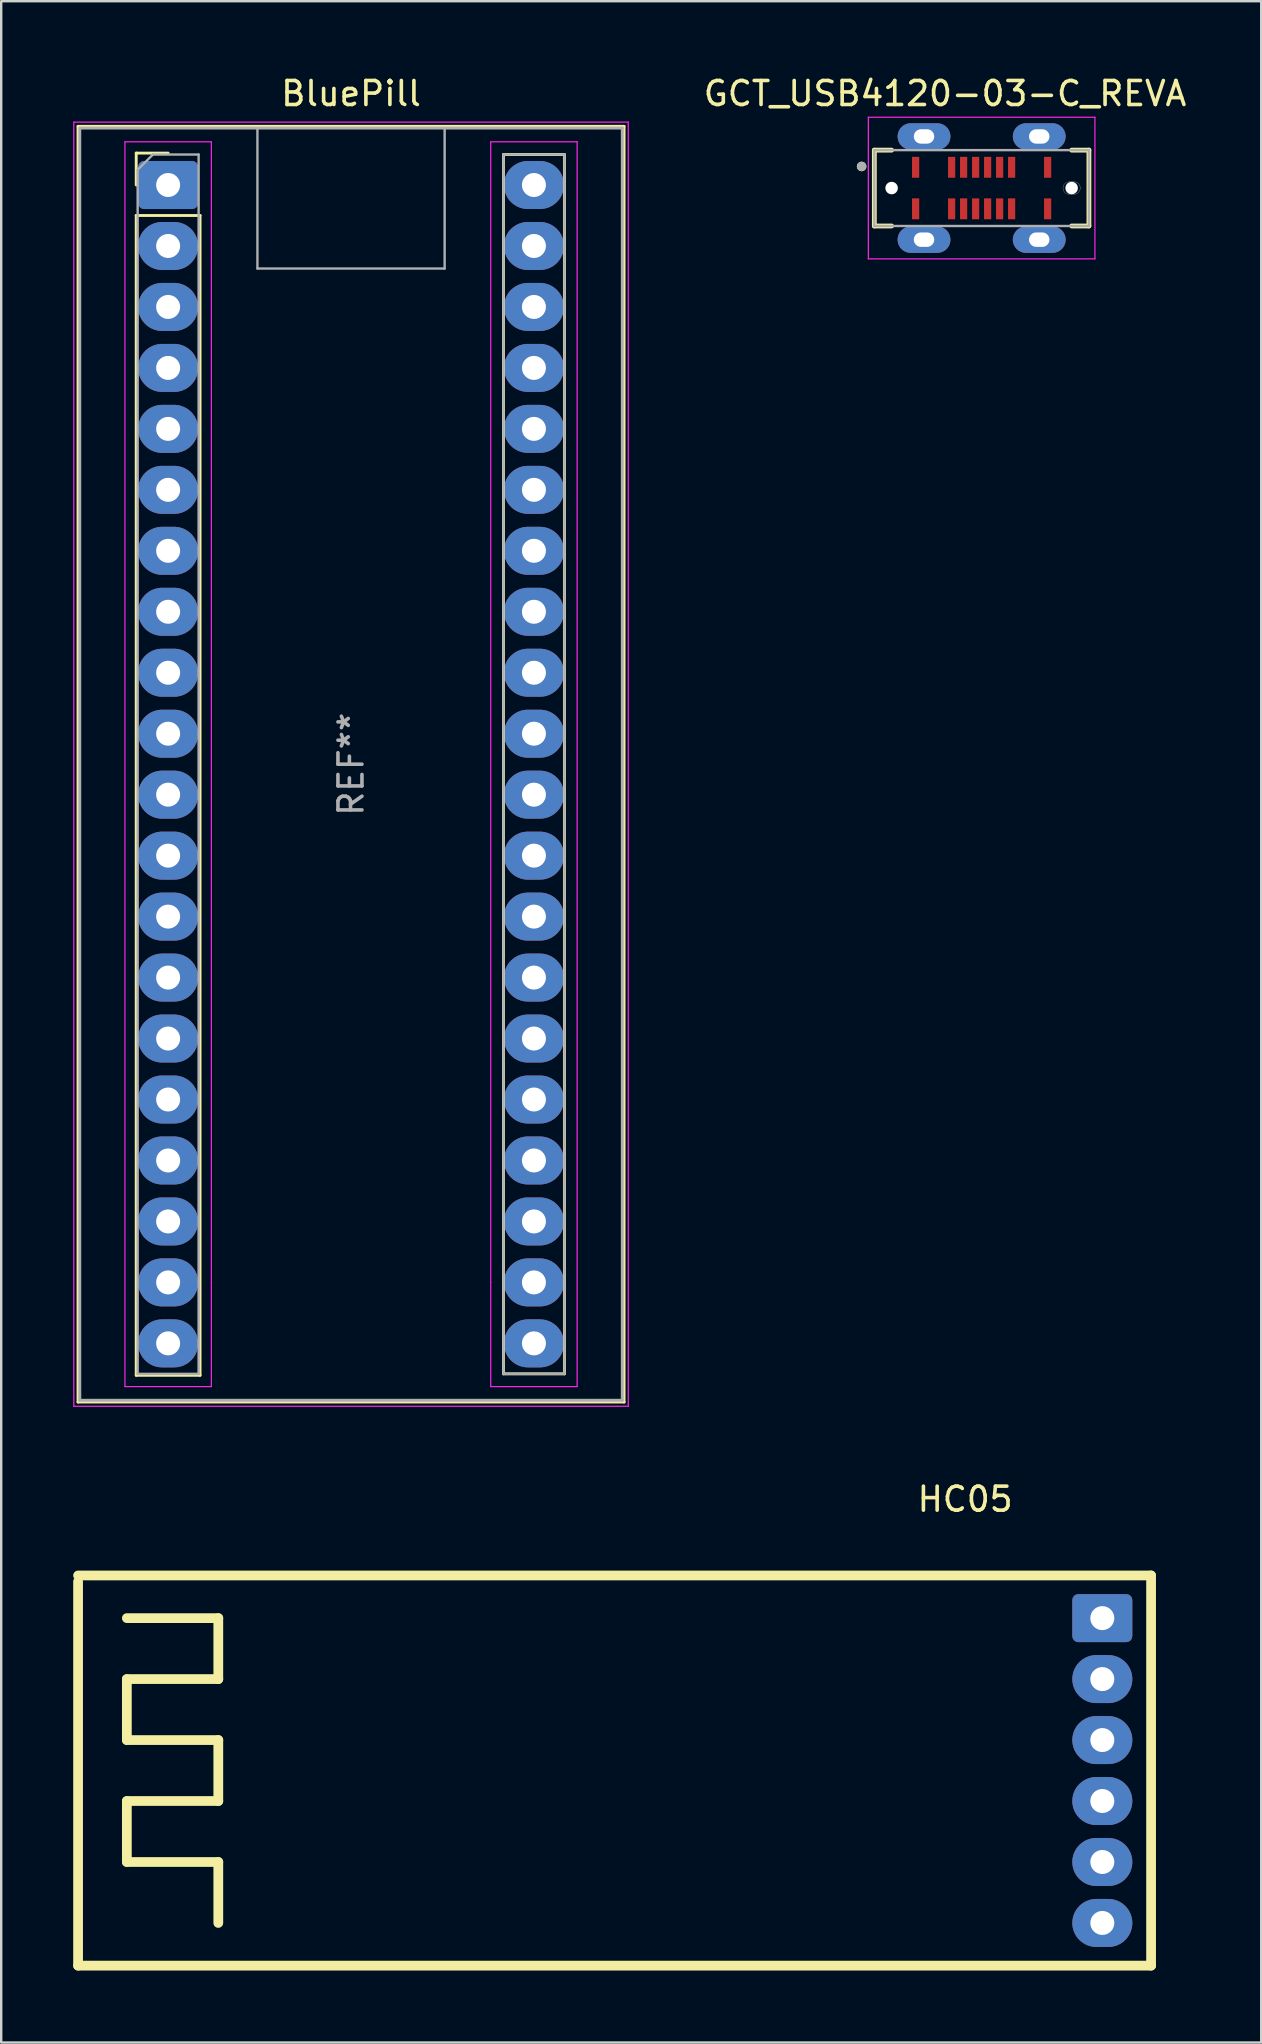
<source format=kicad_pcb>
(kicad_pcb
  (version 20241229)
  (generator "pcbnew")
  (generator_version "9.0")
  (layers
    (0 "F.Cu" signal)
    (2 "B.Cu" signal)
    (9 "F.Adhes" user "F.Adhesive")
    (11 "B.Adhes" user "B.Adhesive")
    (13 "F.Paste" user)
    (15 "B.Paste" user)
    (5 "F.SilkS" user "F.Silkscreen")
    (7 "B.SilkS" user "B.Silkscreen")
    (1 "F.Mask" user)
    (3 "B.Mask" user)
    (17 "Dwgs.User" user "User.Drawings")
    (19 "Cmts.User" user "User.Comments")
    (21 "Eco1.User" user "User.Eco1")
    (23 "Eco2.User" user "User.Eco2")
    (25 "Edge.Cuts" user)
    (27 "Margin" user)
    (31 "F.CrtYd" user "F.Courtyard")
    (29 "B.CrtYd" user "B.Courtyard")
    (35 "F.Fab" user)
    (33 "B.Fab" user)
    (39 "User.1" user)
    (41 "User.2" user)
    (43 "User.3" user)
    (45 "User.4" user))
  (footprint "BluePill"
    (layer "F.Cu")
    (at 3.955 4.658)
    (property "Reference" "BluePill" (at 7.62 -3.81 0) (layer "F.SilkS") (effects (font (size 1 1) (thickness 0.15))))
    (attr through_hole)
    (fp_line (start -3.755 -2.445) (end 18.995 -2.445) (stroke (width 0.12) (type solid)) (layer "F.SilkS"))
    (fp_line (start -3.755 50.705) (end -3.755 -2.445) (stroke (width 0.12) (type solid)) (layer "F.SilkS"))
    (fp_line (start -1.33 -1.33) (end 0 -1.33) (stroke (width 0.12) (type solid)) (layer "F.SilkS"))
    (fp_line (start -1.33 0) (end -1.33 -1.33) (stroke (width 0.12) (type solid)) (layer "F.SilkS"))
    (fp_line (start -1.33 1.27) (end 1.33 1.27) (stroke (width 0.12) (type solid)) (layer "F.SilkS"))
    (fp_line (start -1.33 49.59) (end -1.33 1.27) (stroke (width 0.12) (type solid)) (layer "F.SilkS"))
    (fp_line (start 1.33 1.27) (end 1.33 49.59) (stroke (width 0.12) (type solid)) (layer "F.SilkS"))
    (fp_line (start 1.33 49.59) (end -1.33 49.59) (stroke (width 0.12) (type solid)) (layer "F.SilkS"))
    (fp_line (start 13.97 -1.27) (end 16.51 -1.27) (stroke (width 0.12) (type solid)) (layer "F.SilkS"))
    (fp_line (start 13.97 49.53) (end 13.97 -1.27) (stroke (width 0.12) (type solid)) (layer "F.SilkS"))
    (fp_line (start 16.51 -1.27) (end 16.51 49.53) (stroke (width 0.12) (type solid)) (layer "F.SilkS"))
    (fp_line (start 16.51 49.53) (end 13.97 49.53) (stroke (width 0.12) (type solid)) (layer "F.SilkS"))
    (fp_line (start 18.995 -2.445) (end 18.995 50.705) (stroke (width 0.12) (type solid)) (layer "F.SilkS"))
    (fp_line (start 18.995 50.705) (end -3.755 50.705) (stroke (width 0.12) (type solid)) (layer "F.SilkS"))
    (fp_line (start -3.93 -2.62) (end 19.17 -2.62) (stroke (width 0.05) (type solid)) (layer "F.CrtYd"))
    (fp_line (start -3.93 50.88) (end -3.93 -2.62) (stroke (width 0.05) (type solid)) (layer "F.CrtYd"))
    (fp_line (start -1.8 -1.8) (end -1.8 50.06) (stroke (width 0.05) (type solid)) (layer "F.CrtYd"))
    (fp_line (start -1.8 50.06) (end 1.8 50.06) (stroke (width 0.05) (type solid)) (layer "F.CrtYd"))
    (fp_line (start 1.8 -1.8) (end -1.8 -1.8) (stroke (width 0.05) (type solid)) (layer "F.CrtYd"))
    (fp_line (start 1.8 -1.8) (end 1.8 45.72) (stroke (width 0.05) (type solid)) (layer "F.CrtYd"))
    (fp_line (start 1.8 45.72) (end 1.8 50.06) (stroke (width 0.05) (type solid)) (layer "F.CrtYd"))
    (fp_line (start 13.44 -1.8) (end 13.44 45.72) (stroke (width 0.05) (type solid)) (layer "F.CrtYd"))
    (fp_line (start 13.44 -1.8) (end 17.04 -1.8) (stroke (width 0.05) (type solid)) (layer "F.CrtYd"))
    (fp_line (start 13.44 45.72) (end 13.44 50.06) (stroke (width 0.05) (type solid)) (layer "F.CrtYd"))
    (fp_line (start 17.04 -1.8) (end 17.04 50.06) (stroke (width 0.05) (type solid)) (layer "F.CrtYd"))
    (fp_line (start 17.04 50.06) (end 13.44 50.06) (stroke (width 0.05) (type solid)) (layer "F.CrtYd"))
    (fp_line (start 19.17 -2.62) (end 19.17 50.88) (stroke (width 0.05) (type solid)) (layer "F.CrtYd"))
    (fp_line (start 19.17 50.88) (end -3.93 50.88) (stroke (width 0.05) (type solid)) (layer "F.CrtYd"))
    (fp_line (start -3.68 -2.37) (end 18.92 -2.37) (stroke (width 0.12) (type solid)) (layer "F.Fab"))
    (fp_line (start -3.68 50.63) (end -3.68 -2.32) (stroke (width 0.12) (type solid)) (layer "F.Fab"))
    (fp_line (start -3.68 50.63) (end 18.92 50.63) (stroke (width 0.12) (type solid)) (layer "F.Fab"))
    (fp_line (start -1.27 -0.635) (end -0.635 -1.27) (stroke (width 0.1) (type solid)) (layer "F.Fab"))
    (fp_line (start -1.27 49.53) (end -1.27 -0.635) (stroke (width 0.1) (type solid)) (layer "F.Fab"))
    (fp_line (start -0.635 -1.27) (end 1.27 -1.27) (stroke (width 0.1) (type solid)) (layer "F.Fab"))
    (fp_line (start 1.27 -1.27) (end 1.27 49.53) (stroke (width 0.1) (type solid)) (layer "F.Fab"))
    (fp_line (start 1.27 49.53) (end -1.27 49.53) (stroke (width 0.1) (type solid)) (layer "F.Fab"))
    (fp_line (start 3.72 3.48) (end 3.72 -2.32) (stroke (width 0.1) (type solid)) (layer "F.Fab"))
    (fp_line (start 3.72 3.48) (end 11.52 3.48) (stroke (width 0.1) (type solid)) (layer "F.Fab"))
    (fp_line (start 11.52 3.48) (end 11.52 -2.32) (stroke (width 0.1) (type solid)) (layer "F.Fab"))
    (fp_line (start 13.97 -1.27) (end 16.51 -1.27) (stroke (width 0.1) (type solid)) (layer "F.Fab"))
    (fp_line (start 13.97 49.53) (end 13.97 -1.27) (stroke (width 0.1) (type solid)) (layer "F.Fab"))
    (fp_line (start 16.51 -1.27) (end 16.51 49.53) (stroke (width 0.1) (type solid)) (layer "F.Fab"))
    (fp_line (start 16.51 49.53) (end 13.97 49.53) (stroke (width 0.1) (type solid)) (layer "F.Fab"))
    (fp_line (start 18.92 -2.37) (end 18.92 50.63) (stroke (width 0.12) (type solid)) (layer "F.Fab"))
    (fp_text user "REF**" (at 7.62 24.13 90) (layer "F.Fab") (effects (font (size 1 1) (thickness 0.15))))
    (pad "1" thru_hole roundrect (at 0 0) (size 2.5 2) (drill 1) (layers "*.Cu" "*.Mask") (roundrect_rratio 0.125))
    (pad "2" thru_hole oval (at 0 2.54) (size 2.5 2) (drill 1) (layers "*.Cu" "*.Mask"))
    (pad "3" thru_hole oval (at 0 5.08) (size 2.5 2) (drill 1) (layers "*.Cu" "*.Mask"))
    (pad "4" thru_hole oval (at 0 7.62) (size 2.5 2) (drill 1) (layers "*.Cu" "*.Mask"))
    (pad "5" thru_hole oval (at 0 10.16) (size 2.5 2) (drill 1) (layers "*.Cu" "*.Mask"))
    (pad "6" thru_hole oval (at 0 12.7) (size 2.5 2) (drill 1) (layers "*.Cu" "*.Mask"))
    (pad "7" thru_hole oval (at 0 15.24) (size 2.5 2) (drill 1) (layers "*.Cu" "*.Mask"))
    (pad "8" thru_hole oval (at 0 17.78) (size 2.5 2) (drill 1) (layers "*.Cu" "*.Mask"))
    (pad "9" thru_hole oval (at 0 20.32) (size 2.5 2) (drill 1) (layers "*.Cu" "*.Mask"))
    (pad "10" thru_hole oval (at 0 22.86) (size 2.5 2) (drill 1) (layers "*.Cu" "*.Mask"))
    (pad "11" thru_hole oval (at 0 25.4) (size 2.5 2) (drill 1) (layers "*.Cu" "*.Mask"))
    (pad "12" thru_hole oval (at 0 27.94) (size 2.5 2) (drill 1) (layers "*.Cu" "*.Mask"))
    (pad "13" thru_hole oval (at 0 30.48) (size 2.5 2) (drill 1) (layers "*.Cu" "*.Mask"))
    (pad "14" thru_hole oval (at 0 33.02) (size 2.5 2) (drill 1) (layers "*.Cu" "*.Mask"))
    (pad "15" thru_hole oval (at 0 35.56) (size 2.5 2) (drill 1) (layers "*.Cu" "*.Mask"))
    (pad "16" thru_hole oval (at 0 38.1) (size 2.5 2) (drill 1) (layers "*.Cu" "*.Mask"))
    (pad "17" thru_hole oval (at 0 40.64) (size 2.5 2) (drill 1) (layers "*.Cu" "*.Mask"))
    (pad "18" thru_hole oval (at 0 43.18) (size 2.5 2) (drill 1) (layers "*.Cu" "*.Mask"))
    (pad "19" thru_hole oval (at 0 45.72) (size 2.5 2) (drill 1) (layers "*.Cu" "*.Mask"))
    (pad "20" thru_hole oval (at 0 48.26) (size 2.5 2) (drill 1) (layers "*.Cu" "*.Mask"))
    (pad "21" thru_hole oval (at 15.24 48.26) (size 2.5 2) (drill 1) (layers "*.Cu" "*.Mask"))
    (pad "22" thru_hole oval (at 15.24 45.72) (size 2.5 2) (drill 1) (layers "*.Cu" "*.Mask"))
    (pad "23" thru_hole oval (at 15.24 43.18) (size 2.5 2) (drill 1) (layers "*.Cu" "*.Mask"))
    (pad "24" thru_hole oval (at 15.24 40.64) (size 2.5 2) (drill 1) (layers "*.Cu" "*.Mask"))
    (pad "25" thru_hole oval (at 15.24 38.1) (size 2.5 2) (drill 1) (layers "*.Cu" "*.Mask"))
    (pad "26" thru_hole oval (at 15.24 35.56) (size 2.5 2) (drill 1) (layers "*.Cu" "*.Mask"))
    (pad "27" thru_hole oval (at 15.24 33.02) (size 2.5 2) (drill 1) (layers "*.Cu" "*.Mask"))
    (pad "28" thru_hole oval (at 15.24 30.48) (size 2.5 2) (drill 1) (layers "*.Cu" "*.Mask"))
    (pad "29" thru_hole oval (at 15.24 27.94) (size 2.5 2) (drill 1) (layers "*.Cu" "*.Mask"))
    (pad "30" thru_hole oval (at 15.24 25.4) (size 2.5 2) (drill 1) (layers "*.Cu" "*.Mask"))
    (pad "31" thru_hole oval (at 15.24 22.86) (size 2.5 2) (drill 1) (layers "*.Cu" "*.Mask"))
    (pad "32" thru_hole oval (at 15.24 20.32) (size 2.5 2) (drill 1) (layers "*.Cu" "*.Mask"))
    (pad "33" thru_hole oval (at 15.24 17.78) (size 2.5 2) (drill 1) (layers "*.Cu" "*.Mask"))
    (pad "34" thru_hole oval (at 15.24 15.24) (size 2.5 2) (drill 1) (layers "*.Cu" "*.Mask"))
    (pad "35" thru_hole oval (at 15.24 12.7) (size 2.5 2) (drill 1) (layers "*.Cu" "*.Mask"))
    (pad "36" thru_hole oval (at 15.24 10.16) (size 2.5 2) (drill 1) (layers "*.Cu" "*.Mask"))
    (pad "37" thru_hole oval (at 15.24 7.62) (size 2.5 2) (drill 1) (layers "*.Cu" "*.Mask"))
    (pad "38" thru_hole oval (at 15.24 5.08) (size 2.5 2) (drill 1) (layers "*.Cu" "*.Mask"))
    (pad "39" thru_hole oval (at 15.24 2.54) (size 2.5 2) (drill 1) (layers "*.Cu" "*.Mask"))
    (pad "40" thru_hole oval (at 15.24 0) (size 2.5 2) (drill 1) (layers "*.Cu" "*.Mask")))
  (footprint "GCT_USB4120-03-C_REVA"
    (layer "F.Cu")
    (at 37.847 4.785)
    (property "Reference" "GCT_USB4120-03-C_REVA" (at -1.524 -3.937 0) (layer "F.SilkS") (effects (font (size 1 1) (thickness 0.15))))
    (attr smd)
    (fp_line (start -4.47 -1.58) (end -4.47 1.58) (stroke (width 0.2) (type solid)) (layer "F.SilkS"))
    (fp_line (start -4.47 1.58) (end -3.75 1.58) (stroke (width 0.2) (type solid)) (layer "F.SilkS"))
    (fp_line (start -3.75 -1.58) (end -4.47 -1.58) (stroke (width 0.2) (type solid)) (layer "F.SilkS"))
    (fp_line (start 3.75 -1.58) (end 4.47 -1.58) (stroke (width 0.2) (type solid)) (layer "F.SilkS"))
    (fp_line (start 4.47 -1.58) (end 4.47 1.58) (stroke (width 0.2) (type solid)) (layer "F.SilkS"))
    (fp_line (start 4.47 1.58) (end 3.75 1.58) (stroke (width 0.2) (type solid)) (layer "F.SilkS"))
    (fp_circle (center -5 -0.9) (end -4.9 -0.9) (stroke (width 0.2) (type solid)) (fill no) (layer "F.SilkS"))
    (fp_line (start 3.65 -0.26) (end 3.85 -0.26) (stroke (width 0.01) (type solid)) (layer "Edge.Cuts"))
    (fp_line (start 3.85 0.26) (end 3.65 0.26) (stroke (width 0.01) (type solid)) (layer "Edge.Cuts"))
    (fp_arc (start 3.39 0) (mid 3.466152 -0.183848) (end 3.65 -0.26) (stroke (width 0.01) (type solid)) (layer "Edge.Cuts"))
    (fp_arc (start 3.65 0.26) (mid 3.466152 0.183848) (end 3.39 0) (stroke (width 0.01) (type solid)) (layer "Edge.Cuts"))
    (fp_arc (start 3.85 -0.26) (mid 4.033848 -0.183848) (end 4.11 0) (stroke (width 0.01) (type solid)) (layer "Edge.Cuts"))
    (fp_arc (start 4.11 0) (mid 4.033848 0.183848) (end 3.85 0.26) (stroke (width 0.01) (type solid)) (layer "Edge.Cuts"))
    (fp_line (start -4.72 -2.95) (end 4.72 -2.95) (stroke (width 0.05) (type solid)) (layer "F.CrtYd"))
    (fp_line (start -4.72 2.95) (end -4.72 -2.95) (stroke (width 0.05) (type solid)) (layer "F.CrtYd"))
    (fp_line (start 4.72 -2.95) (end 4.72 2.95) (stroke (width 0.05) (type solid)) (layer "F.CrtYd"))
    (fp_line (start 4.72 2.95) (end -4.72 2.95) (stroke (width 0.05) (type solid)) (layer "F.CrtYd"))
    (fp_line (start -4.47 -1.58) (end 4.47 -1.58) (stroke (width 0.1) (type solid)) (layer "F.Fab"))
    (fp_line (start -4.47 1.58) (end -4.47 -1.58) (stroke (width 0.1) (type solid)) (layer "F.Fab"))
    (fp_line (start 4.47 -1.58) (end 4.47 1.58) (stroke (width 0.1) (type solid)) (layer "F.Fab"))
    (fp_line (start 4.47 1.58) (end -4.47 1.58) (stroke (width 0.1) (type solid)) (layer "F.Fab"))
    (fp_circle (center -5 -0.9) (end -4.9 -0.9) (stroke (width 0.2) (type solid)) (fill no) (layer "F.Fab"))
    (pad "" np_thru_hole circle (at -3.75 0) (size 0.52 0.52) (drill 0.52) (layers "*.Cu" "*.Mask"))
    (pad "" np_thru_hole circle (at 3.75 0) (size 0.52 0.52) (drill 0.52) (layers "*.Cu" "*.Mask"))
    (pad "A1" smd rect (at -2.75 -0.865) (size 0.3 0.87) (layers "F.Cu" "F.Mask" "F.Paste"))
    (pad "A4" smd rect (at -1.25 -0.865) (size 0.3 0.87) (layers "F.Cu" "F.Mask" "F.Paste"))
    (pad "A5" smd rect (at -0.75 -0.865) (size 0.3 0.87) (layers "F.Cu" "F.Mask" "F.Paste"))
    (pad "A6" smd rect (at -0.25 -0.865) (size 0.3 0.87) (layers "F.Cu" "F.Mask" "F.Paste"))
    (pad "A7" smd rect (at 0.25 -0.865) (size 0.3 0.87) (layers "F.Cu" "F.Mask" "F.Paste"))
    (pad "A8" smd rect (at 0.75 -0.865) (size 0.3 0.87) (layers "F.Cu" "F.Mask" "F.Paste"))
    (pad "A9" smd rect (at 1.25 -0.865) (size 0.3 0.87) (layers "F.Cu" "F.Mask" "F.Paste"))
    (pad "A12" smd rect (at 2.75 -0.865) (size 0.3 0.87) (layers "F.Cu" "F.Mask" "F.Paste"))
    (pad "B1" smd rect (at 2.75 0.865) (size 0.3 0.87) (layers "F.Cu" "F.Mask" "F.Paste"))
    (pad "B4" smd rect (at 1.25 0.865) (size 0.3 0.87) (layers "F.Cu" "F.Mask" "F.Paste"))
    (pad "B5" smd rect (at 0.75 0.865) (size 0.3 0.87) (layers "F.Cu" "F.Mask" "F.Paste"))
    (pad "B6" smd rect (at 0.25 0.865) (size 0.3 0.87) (layers "F.Cu" "F.Mask" "F.Paste"))
    (pad "B7" smd rect (at -0.25 0.865) (size 0.3 0.87) (layers "F.Cu" "F.Mask" "F.Paste"))
    (pad "B8" smd rect (at -0.75 0.865) (size 0.3 0.87) (layers "F.Cu" "F.Mask" "F.Paste"))
    (pad "B9" smd rect (at -1.25 0.865) (size 0.3 0.87) (layers "F.Cu" "F.Mask" "F.Paste"))
    (pad "B12" smd rect (at -2.75 0.865) (size 0.3 0.87) (layers "F.Cu" "F.Mask" "F.Paste"))
    (pad "S1" thru_hole oval (at -2.4 -2.15) (size 2.2 1.1) (drill oval 0.85 0.6) (layers "*.Cu" "*.Mask"))
    (pad "S1" thru_hole oval (at -2.4 2.15) (size 2.2 1.1) (drill oval 0.85 0.6) (layers "*.Cu" "*.Mask"))
    (pad "S1" thru_hole oval (at 2.4 -2.15) (size 2.2 1.1) (drill oval 0.85 0.6) (layers "*.Cu" "*.Mask"))
    (pad "S1" thru_hole oval (at 2.4 2.15) (size 2.2 1.1) (drill oval 0.85 0.6) (layers "*.Cu" "*.Mask")))
  (footprint "HC05"
    (layer "F.Cu")
    (at 22.555 70.715)
    (property "Reference" "HC05" (at 14.605 -11.303 0) (layer "F.SilkS") (effects (font (size 1 1) (thickness 0.15))))
    (attr through_hole)
    (fp_line (start -22.352 -8.128) (end 22.352 -8.128) (stroke (width 0.406) (type solid)) (layer "F.SilkS"))
    (fp_line (start -22.352 -7.874) (end -22.352 -8.128) (stroke (width 0.127) (type solid)) (layer "F.SilkS"))
    (fp_line (start -22.352 8.128) (end -22.352 -7.874) (stroke (width 0.406) (type solid)) (layer "F.SilkS"))
    (fp_line (start -20.32 -6.35) (end -16.51 -6.35) (stroke (width 0.406) (type solid)) (layer "F.SilkS"))
    (fp_line (start -20.32 -3.81) (end -20.32 -1.27) (stroke (width 0.406) (type solid)) (layer "F.SilkS"))
    (fp_line (start -20.32 -1.27) (end -16.51 -1.27) (stroke (width 0.406) (type solid)) (layer "F.SilkS"))
    (fp_line (start -20.32 1.27) (end -20.32 3.81) (stroke (width 0.406) (type solid)) (layer "F.SilkS"))
    (fp_line (start -20.32 3.81) (end -16.51 3.81) (stroke (width 0.406) (type solid)) (layer "F.SilkS"))
    (fp_line (start -16.51 -6.35) (end -16.51 -3.81) (stroke (width 0.406) (type solid)) (layer "F.SilkS"))
    (fp_line (start -16.51 -3.81) (end -20.32 -3.81) (stroke (width 0.406) (type solid)) (layer "F.SilkS"))
    (fp_line (start -16.51 -1.27) (end -16.51 1.27) (stroke (width 0.406) (type solid)) (layer "F.SilkS"))
    (fp_line (start -16.51 1.27) (end -20.32 1.27) (stroke (width 0.406) (type solid)) (layer "F.SilkS"))
    (fp_line (start -16.51 3.81) (end -16.51 6.35) (stroke (width 0.406) (type solid)) (layer "F.SilkS"))
    (fp_line (start 22.352 -8.128) (end 22.352 8.128) (stroke (width 0.406) (type solid)) (layer "F.SilkS"))
    (fp_line (start 22.352 8.128) (end -22.352 8.128) (stroke (width 0.406) (type solid)) (layer "F.SilkS"))
    (pad "EN" thru_hole roundrect (at 20.32 -6.35) (size 2.5 2) (drill 1) (layers "*.Cu" "*.Mask") (roundrect_rratio 0.125))
    (pad "GND" thru_hole oval (at 20.32 -1.27) (size 2.5 2) (drill 1) (layers "*.Cu" "*.Mask"))
    (pad "RXD" thru_hole oval (at 20.32 3.81) (size 2.5 2) (drill 1) (layers "*.Cu" "*.Mask"))
    (pad "STATE" thru_hole oval (at 20.32 6.35) (size 2.5 2) (drill 1) (layers "*.Cu" "*.Mask"))
    (pad "TXD" thru_hole oval (at 20.32 1.27) (size 2.5 2) (drill 1) (layers "*.Cu" "*.Mask"))
    (pad "VCC" thru_hole oval (at 20.32 -3.81) (size 2.5 2) (drill 1) (layers "*.Cu" "*.Mask")))
  (gr_rect
    (start -3 -3)
    (end 49.495 82.046)
    (stroke (width 0.1) (type default))
    (fill no)
    (layer "Edge.Cuts")))
</source>
